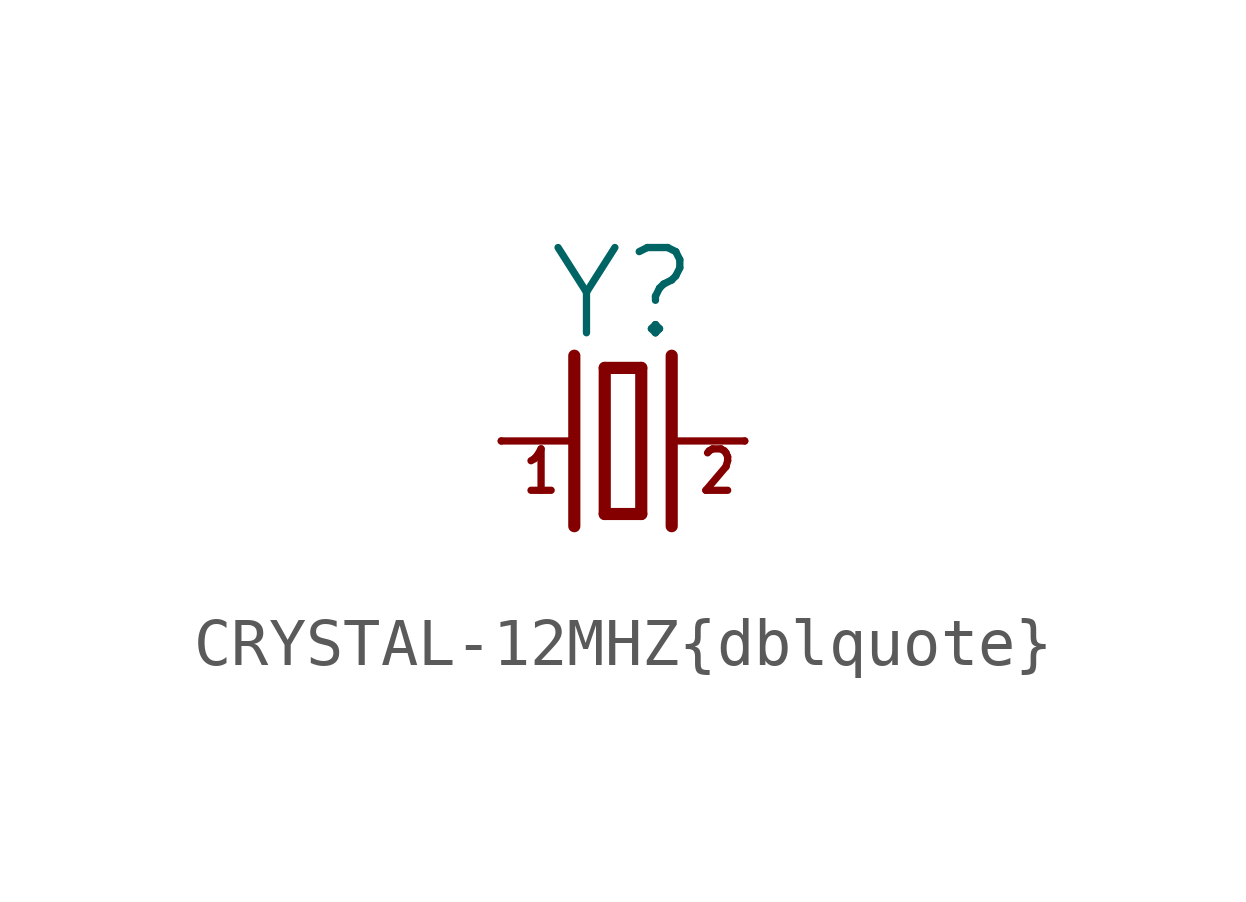
<source format=kicad_sym>
(kicad_symbol_lib
  (version 20220914)
  (generator kicad_symbol_editor)
  (symbol "CRYSTAL-12MHZ{dblquote}"
    (property "Reference" "Y"
      (at 0 2.032 0)
      (effects (font (size 1.778 1.778)) (justify bottom)))
    (property "Value" ""
      (at 0 -2.032 0)
      (effects (font (size 1.778 1.778)) (justify top)))
    (property "ki_locked" ""
      (at 0 0 0)
      (effects (font (size 1.27 1.27))))
    (symbol "CRYSTAL-12MHZ{dblquote}_1_0"
      (polyline (pts (xy -2.54 0) (xy -1.016 0)) (stroke (width 0.152) (type solid)) (fill (type none)))
      (polyline (pts (xy -1.016 1.778) (xy -1.016 -1.778)) (stroke (width 0.254) (type solid)) (fill (type none)))
      (polyline (pts (xy -0.381 -1.524) (xy 0.381 -1.524)) (stroke (width 0.254) (type solid)) (fill (type none)))
      (polyline (pts (xy -0.381 1.524) (xy -0.381 -1.524)) (stroke (width 0.254) (type solid)) (fill (type none)))
      (polyline (pts (xy 0.381 -1.524) (xy 0.381 1.524)) (stroke (width 0.254) (type solid)) (fill (type none)))
      (polyline (pts (xy 0.381 1.524) (xy -0.381 1.524)) (stroke (width 0.254) (type solid)) (fill (type none)))
      (polyline (pts (xy 1.016 0) (xy 2.54 0)) (stroke (width 0.152) (type solid)) (fill (type none)))
      (polyline (pts (xy 1.016 1.778) (xy 1.016 -1.778)) (stroke (width 0.254) (type solid)) (fill (type none)))
      (text "1" (at -2.159 -1.143 0) (effects (font (size 0.864 0.734)) (justify left bottom)))
      (text "2" (at 1.524 -1.143 0) (effects (font (size 0.864 0.734)) (justify left bottom)))
      (pin passive line (at -2.54 0 0) (length 0) (name "1" (effects (font (size 0 0)))) (number "1" (effects (font (size 0 0)))))
      (pin passive line (at 2.54 0 180) (length 0) (name "2" (effects (font (size 0 0)))) (number "3" (effects (font (size 0 0))))))))
</source>
